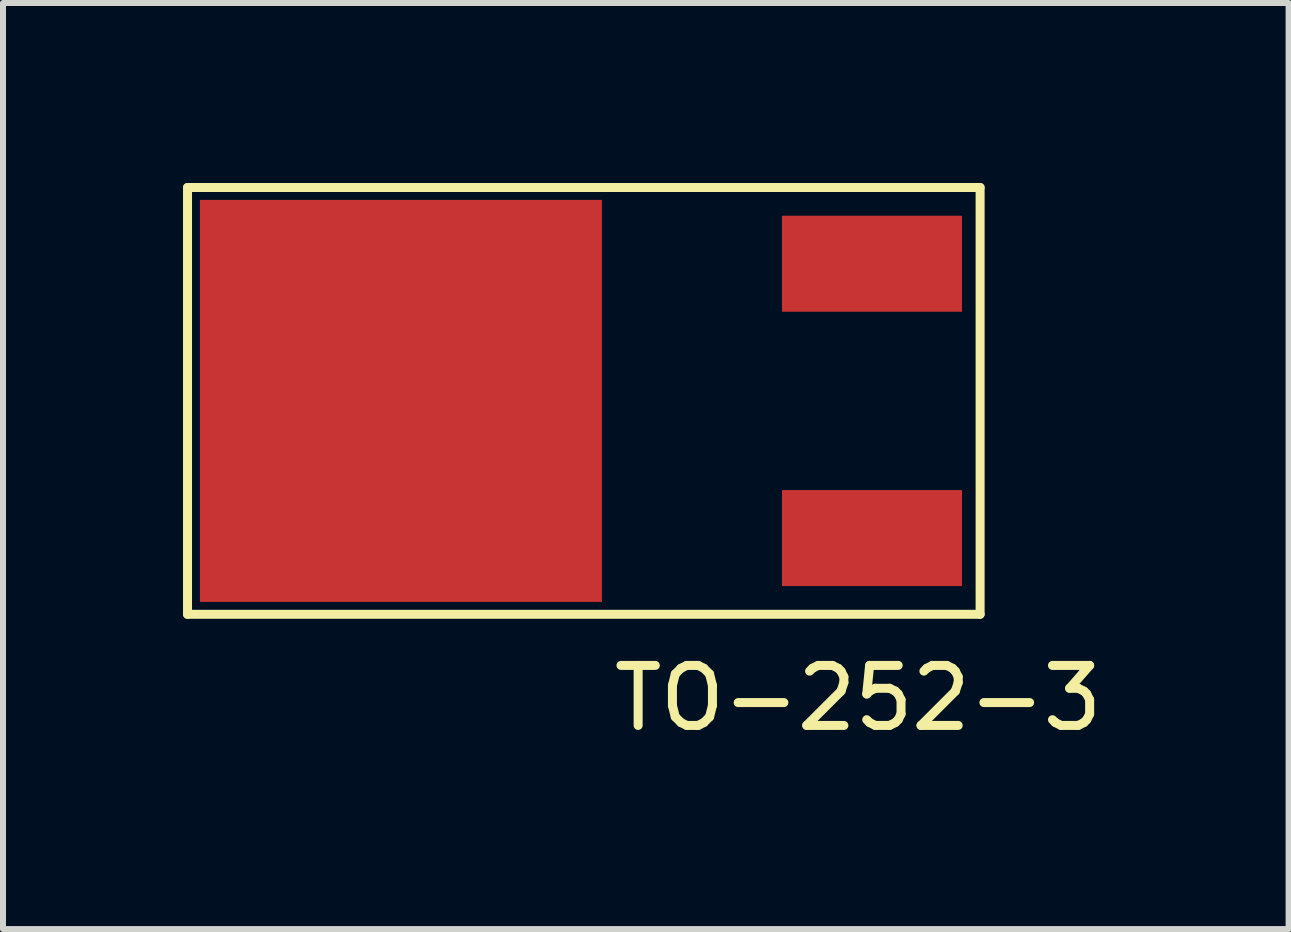
<source format=kicad_pcb>
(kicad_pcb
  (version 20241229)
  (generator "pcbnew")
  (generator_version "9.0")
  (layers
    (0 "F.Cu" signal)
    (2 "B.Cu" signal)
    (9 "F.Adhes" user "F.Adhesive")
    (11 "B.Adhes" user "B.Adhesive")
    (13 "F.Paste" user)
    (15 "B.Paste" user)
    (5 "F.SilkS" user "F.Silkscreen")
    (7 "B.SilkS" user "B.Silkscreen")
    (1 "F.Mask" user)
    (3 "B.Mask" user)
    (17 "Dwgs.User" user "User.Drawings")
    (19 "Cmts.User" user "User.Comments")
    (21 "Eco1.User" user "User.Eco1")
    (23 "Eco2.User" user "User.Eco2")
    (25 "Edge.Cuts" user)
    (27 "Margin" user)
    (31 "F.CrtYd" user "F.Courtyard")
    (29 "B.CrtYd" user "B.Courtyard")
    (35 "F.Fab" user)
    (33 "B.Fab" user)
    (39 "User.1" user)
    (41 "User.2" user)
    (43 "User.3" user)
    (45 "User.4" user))
  (footprint "TO-252-3"
    (layer "F.Cu")
    (at 3.631 3.631)
    (property "Reference" "TO-252-3" (at 7.62 4.953 0) (layer "F.SilkS") (effects (font (size 1 1) (thickness 0.15))))
    (attr smd)
    (fp_line (start -3.556 -3.556) (end 9.652 -3.556) (stroke (width 0.15) (type solid)) (layer "F.SilkS"))
    (fp_line (start -3.556 3.556) (end -3.556 -3.556) (stroke (width 0.15) (type solid)) (layer "F.SilkS"))
    (fp_line (start 9.652 -3.556) (end 9.652 3.556) (stroke (width 0.15) (type solid)) (layer "F.SilkS"))
    (fp_line (start 9.652 3.556) (end -3.556 3.556) (stroke (width 0.15) (type solid)) (layer "F.SilkS"))
    (pad "1" smd rect (at 0 0) (size 6.7 6.7) (layers "F.Cu" "F.Mask" "F.Paste"))
    (pad "2" smd rect (at 7.85 2.286) (size 3 1.6) (layers "F.Cu" "F.Mask" "F.Paste"))
    (pad "3" smd rect (at 7.85 -2.286) (size 3 1.6) (layers "F.Cu" "F.Mask" "F.Paste")))
  (gr_rect
    (start -3 -3)
    (end 18.424 12.432)
    (stroke (width 0.1) (type default))
    (fill no)
    (layer "Edge.Cuts")))
</source>
